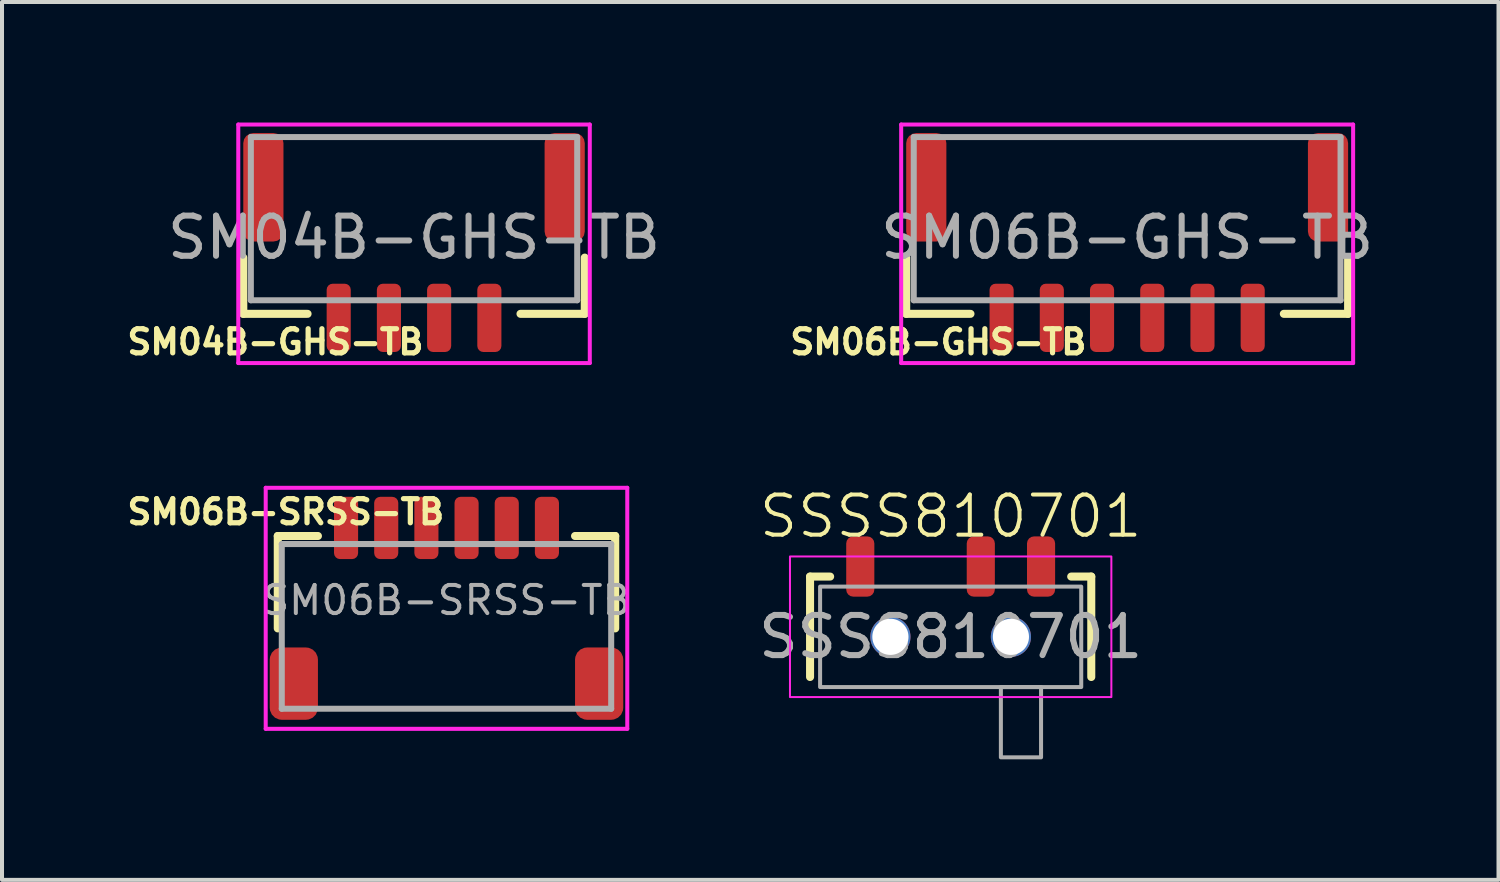
<source format=kicad_pcb>
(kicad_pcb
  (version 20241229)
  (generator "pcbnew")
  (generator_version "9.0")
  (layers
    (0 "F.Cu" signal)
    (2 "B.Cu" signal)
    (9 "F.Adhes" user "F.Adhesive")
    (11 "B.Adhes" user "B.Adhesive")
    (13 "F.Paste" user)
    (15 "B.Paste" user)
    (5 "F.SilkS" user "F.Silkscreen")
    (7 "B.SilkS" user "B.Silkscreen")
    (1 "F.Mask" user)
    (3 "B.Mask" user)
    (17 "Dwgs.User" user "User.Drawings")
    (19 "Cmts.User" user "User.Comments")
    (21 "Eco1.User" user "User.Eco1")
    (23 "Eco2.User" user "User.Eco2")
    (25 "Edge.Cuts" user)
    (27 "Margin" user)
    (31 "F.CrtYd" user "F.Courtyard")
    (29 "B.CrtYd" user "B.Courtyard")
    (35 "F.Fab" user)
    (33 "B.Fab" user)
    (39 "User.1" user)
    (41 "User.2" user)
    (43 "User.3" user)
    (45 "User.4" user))
  (footprint "SSSS810701"
    (layer "F.Cu")
    (at 20.614 12.802)
    (property "Reference" "SSSS810701" (at 0 -3 0) (unlocked yes) (layer "F.SilkS") (effects (font (size 1 1) (thickness 0.1))))
    (attr smd)
    (fp_line (start -3.5 -1.5) (end -3.5 1) (stroke (width 0.2) (type default)) (layer "F.SilkS"))
    (fp_line (start -3 -1.5) (end -3.5 -1.5) (stroke (width 0.2) (type default)) (layer "F.SilkS"))
    (fp_line (start 3 -1.5) (end 3.5 -1.5) (stroke (width 0.2) (type default)) (layer "F.SilkS"))
    (fp_line (start 3.5 -1.5) (end 3.5 1) (stroke (width 0.2) (type default)) (layer "F.SilkS"))
    (fp_rect (start -4 -2) (end 4 1.5) (stroke (width 0.05) (type default)) (fill no) (layer "F.CrtYd"))
    (fp_rect (start -3.25 -1.25) (end 3.25 1.25) (stroke (width 0.1) (type default)) (fill no) (layer "F.Fab"))
    (fp_rect (start 1.25 1.25) (end 2.25 3) (stroke (width 0.1) (type solid)) (fill no) (layer "F.Fab"))
    (fp_text user "${REFERENCE}" (at 0 0 0) (unlocked yes) (layer "F.Fab") (effects (font (size 1 1) (thickness 0.15))))
    (pad "" np_thru_hole circle (at -1.5 0 90) (size 1 1) (drill 0.9) (layers "*.Cu" "*.Mask"))
    (pad "" np_thru_hole circle (at 1.5 0 90) (size 1 1) (drill 0.9) (layers "*.Cu" "*.Mask"))
    (pad "1" smd roundrect (at -2.25 -1.75 90) (size 1.5 0.7) (layers "F.Cu" "F.Mask" "F.Paste") (roundrect_rratio 0.25))
    (pad "2" smd roundrect (at 0.75 -1.75 90) (size 1.5 0.7) (layers "F.Cu" "F.Mask" "F.Paste") (roundrect_rratio 0.25))
    (pad "3" smd roundrect (at 2.25 -1.75 90) (size 1.5 0.7) (layers "F.Cu" "F.Mask" "F.Paste") (roundrect_rratio 0.25)))
  (footprint "SM06B-SRSS-TB"
    (layer "F.Cu")
    (at 8.064 11.892)
    (property "Reference" "SM06B-SRSS-TB" (at -4 -2.2 0) (layer "F.SilkS") (effects (font (size 0.6 0.6) (thickness 0.13))))
    (property "Value" "${VALUE}" (at 0 1 0) (layer "F.Fab") (hide yes) (effects (font (size 0.3 0.3) (thickness 0.04))))
    (attr through_hole)
    (fp_line (start -4.2 -1.6) (end -3.2 -1.6) (stroke (width 0.2) (type solid)) (layer "F.SilkS"))
    (fp_line (start -4.2 0.7) (end -4.2 -1.6) (stroke (width 0.2) (type solid)) (layer "F.SilkS"))
    (fp_line (start 3.2 -1.6) (end 4.2 -1.6) (stroke (width 0.2) (type solid)) (layer "F.SilkS"))
    (fp_line (start 4.2 -1.6) (end 4.2 0.7) (stroke (width 0.2) (type solid)) (layer "F.SilkS"))
    (fp_line (start -4.5 -2.8) (end -4.5 3.2) (stroke (width 0.1) (type solid)) (layer "F.CrtYd"))
    (fp_line (start -4.5 3.2) (end 4.5 3.2) (stroke (width 0.1) (type solid)) (layer "F.CrtYd"))
    (fp_line (start 4.5 -2.8) (end -4.5 -2.8) (stroke (width 0.1) (type solid)) (layer "F.CrtYd"))
    (fp_line (start 4.5 3.2) (end 4.5 -2.8) (stroke (width 0.1) (type solid)) (layer "F.CrtYd"))
    (fp_line (start -4.1 -1.4) (end -4.1 2.7) (stroke (width 0.15) (type solid)) (layer "F.Fab"))
    (fp_line (start -4.1 2.7) (end 4.1 2.7) (stroke (width 0.15) (type solid)) (layer "F.Fab"))
    (fp_line (start 4.1 -1.4) (end -4.1 -1.4) (stroke (width 0.15) (type solid)) (layer "F.Fab"))
    (fp_line (start 4.1 2.7) (end 4.1 -1.4) (stroke (width 0.15) (type solid)) (layer "F.Fab"))
    (fp_text user "${REFERENCE}" (at 0 0 0) (layer "F.Fab") (effects (font (size 0.7 0.7) (thickness 0.1))))
    (pad "0" smd roundrect (at -3.8 2.075 180) (size 1.2 1.8) (layers "F.Cu" "F.Mask" "F.Paste") (roundrect_rratio 0.25))
    (pad "0" smd roundrect (at 3.8 2.075 180) (size 1.2 1.8) (layers "F.Cu" "F.Mask" "F.Paste") (roundrect_rratio 0.25))
    (pad "1" smd roundrect (at -2.5 -1.8) (size 0.6 1.55) (layers "F.Cu" "F.Mask" "F.Paste") (roundrect_rratio 0.25))
    (pad "2" smd roundrect (at -1.5 -1.8) (size 0.6 1.55) (layers "F.Cu" "F.Mask" "F.Paste") (roundrect_rratio 0.25))
    (pad "3" smd roundrect (at -0.5 -1.8) (size 0.6 1.55) (layers "F.Cu" "F.Mask" "F.Paste") (roundrect_rratio 0.25))
    (pad "4" smd roundrect (at 0.5 -1.8) (size 0.6 1.55) (layers "F.Cu" "F.Mask" "F.Paste") (roundrect_rratio 0.25))
    (pad "5" smd roundrect (at 1.5 -1.8) (size 0.6 1.55) (layers "F.Cu" "F.Mask" "F.Paste") (roundrect_rratio 0.25))
    (pad "6" smd roundrect (at 2.5 -1.8) (size 0.6 1.55) (layers "F.Cu" "F.Mask" "F.Paste") (roundrect_rratio 0.25)))
  (footprint "SM06B-GHS-TB"
    (layer "F.Cu")
    (at 25.007 2.862)
    (property "Reference" "SM06B-GHS-TB" (at -4.7 2.6 0) (layer "F.SilkS") (effects (font (size 0.6 0.6) (thickness 0.13))))
    (property "Value" "${VALUE}" (at 0 -2.812 0) (layer "F.Fab") (hide yes) (effects (font (size 0.5 0.5) (thickness 0.07))))
    (attr through_hole)
    (fp_line (start -5.5 0.5) (end -5.5 1.9) (stroke (width 0.2) (type solid)) (layer "F.SilkS"))
    (fp_line (start -5.5 1.9) (end -3.9 1.9) (stroke (width 0.2) (type solid)) (layer "F.SilkS"))
    (fp_line (start 5.5 0.5) (end 5.5 1.9) (stroke (width 0.2) (type solid)) (layer "F.SilkS"))
    (fp_line (start 5.5 1.9) (end 3.9 1.9) (stroke (width 0.2) (type solid)) (layer "F.SilkS"))
    (fp_line (start -5.625 -2.812) (end -5.625 3.125) (stroke (width 0.1) (type solid)) (layer "F.CrtYd"))
    (fp_line (start -5.625 3.125) (end 5.625 3.125) (stroke (width 0.1) (type solid)) (layer "F.CrtYd"))
    (fp_line (start 5.625 -2.812) (end -5.625 -2.812) (stroke (width 0.1) (type solid)) (layer "F.CrtYd"))
    (fp_line (start 5.625 3.125) (end 5.625 -2.812) (stroke (width 0.1) (type solid)) (layer "F.CrtYd"))
    (fp_line (start -5.312 -2.5) (end -5.312 1.562) (stroke (width 0.15) (type solid)) (layer "F.Fab"))
    (fp_line (start -5.312 1.562) (end 5.312 1.562) (stroke (width 0.15) (type solid)) (layer "F.Fab"))
    (fp_line (start 5.312 -2.5) (end -5.312 -2.5) (stroke (width 0.15) (type solid)) (layer "F.Fab"))
    (fp_line (start 5.312 1.562) (end 5.312 -2.5) (stroke (width 0.15) (type solid)) (layer "F.Fab"))
    (fp_text user "${REFERENCE}" (at 0 0 0) (layer "F.Fab") (effects (font (size 1 1) (thickness 0.15))))
    (pad "0" smd roundrect (at -5 -1.25 90) (size 2.7 1) (layers "F.Cu" "F.Mask" "F.Paste") (roundrect_rratio 0.25))
    (pad "0" smd roundrect (at 5 -1.25 90) (size 2.7 1) (layers "F.Cu" "F.Mask" "F.Paste") (roundrect_rratio 0.25))
    (pad "1" smd roundrect (at -3.125 2 90) (size 1.7 0.6) (layers "F.Cu" "F.Mask" "F.Paste") (roundrect_rratio 0.25))
    (pad "2" smd roundrect (at -1.875 2 90) (size 1.7 0.6) (layers "F.Cu" "F.Mask" "F.Paste") (roundrect_rratio 0.25))
    (pad "3" smd roundrect (at -0.625 2 90) (size 1.7 0.6) (layers "F.Cu" "F.Mask" "F.Paste") (roundrect_rratio 0.25))
    (pad "4" smd roundrect (at 0.625 2 90) (size 1.7 0.6) (layers "F.Cu" "F.Mask" "F.Paste") (roundrect_rratio 0.25))
    (pad "5" smd roundrect (at 1.875 2 90) (size 1.7 0.6) (layers "F.Cu" "F.Mask" "F.Paste") (roundrect_rratio 0.25))
    (pad "6" smd roundrect (at 3.125 2 90) (size 1.7 0.6) (layers "F.Cu" "F.Mask" "F.Paste") (roundrect_rratio 0.25)))
  (footprint "SM04B-GHS-TB"
    (layer "F.Cu")
    (at 7.256 2.862)
    (property "Reference" "SM04B-GHS-TB" (at -3.45 2.6 0) (layer "F.SilkS") (effects (font (size 0.6 0.6) (thickness 0.13))))
    (property "Value" "${VALUE}" (at 0 -2.812 0) (layer "F.Fab") (hide yes) (effects (font (size 0.5 0.5) (thickness 0.07))))
    (attr through_hole)
    (fp_line (start -4.25 0.5) (end -4.25 1.9) (stroke (width 0.2) (type solid)) (layer "F.SilkS"))
    (fp_line (start -4.25 1.9) (end -2.65 1.9) (stroke (width 0.2) (type solid)) (layer "F.SilkS"))
    (fp_line (start 4.25 0.5) (end 4.25 1.9) (stroke (width 0.2) (type solid)) (layer "F.SilkS"))
    (fp_line (start 4.25 1.9) (end 2.65 1.9) (stroke (width 0.2) (type solid)) (layer "F.SilkS"))
    (fp_line (start -4.375 -2.812) (end -4.375 3.125) (stroke (width 0.1) (type solid)) (layer "F.CrtYd"))
    (fp_line (start -4.375 3.125) (end 4.375 3.125) (stroke (width 0.1) (type solid)) (layer "F.CrtYd"))
    (fp_line (start 4.375 -2.812) (end -4.375 -2.812) (stroke (width 0.1) (type solid)) (layer "F.CrtYd"))
    (fp_line (start 4.375 3.125) (end 4.375 -2.812) (stroke (width 0.1) (type solid)) (layer "F.CrtYd"))
    (fp_line (start -4.062 -2.5) (end -4.062 1.562) (stroke (width 0.15) (type solid)) (layer "F.Fab"))
    (fp_line (start -4.062 1.562) (end 4.062 1.562) (stroke (width 0.15) (type solid)) (layer "F.Fab"))
    (fp_line (start 4.062 -2.5) (end -4.062 -2.5) (stroke (width 0.15) (type solid)) (layer "F.Fab"))
    (fp_line (start 4.062 1.562) (end 4.062 -2.5) (stroke (width 0.15) (type solid)) (layer "F.Fab"))
    (fp_text user "${REFERENCE}" (at 0 0 0) (layer "F.Fab") (effects (font (size 1 1) (thickness 0.15))))
    (pad "0" smd roundrect (at -3.75 -1.25 90) (size 2.7 1) (layers "F.Cu" "F.Mask" "F.Paste") (roundrect_rratio 0.25))
    (pad "0" smd roundrect (at 3.75 -1.25 90) (size 2.7 1) (layers "F.Cu" "F.Mask" "F.Paste") (roundrect_rratio 0.25))
    (pad "1" smd roundrect (at -1.875 2 90) (size 1.7 0.6) (layers "F.Cu" "F.Mask" "F.Paste") (roundrect_rratio 0.25))
    (pad "2" smd roundrect (at -0.625 2 90) (size 1.7 0.6) (layers "F.Cu" "F.Mask" "F.Paste") (roundrect_rratio 0.25))
    (pad "3" smd roundrect (at 0.625 2 90) (size 1.7 0.6) (layers "F.Cu" "F.Mask" "F.Paste") (roundrect_rratio 0.25))
    (pad "4" smd roundrect (at 1.875 2 90) (size 1.7 0.6) (layers "F.Cu" "F.Mask" "F.Paste") (roundrect_rratio 0.25)))
  (gr_rect
    (start -3 -3)
    (end 34.251 18.852)
    (stroke (width 0.1) (type default))
    (fill no)
    (layer "Edge.Cuts")))
</source>
